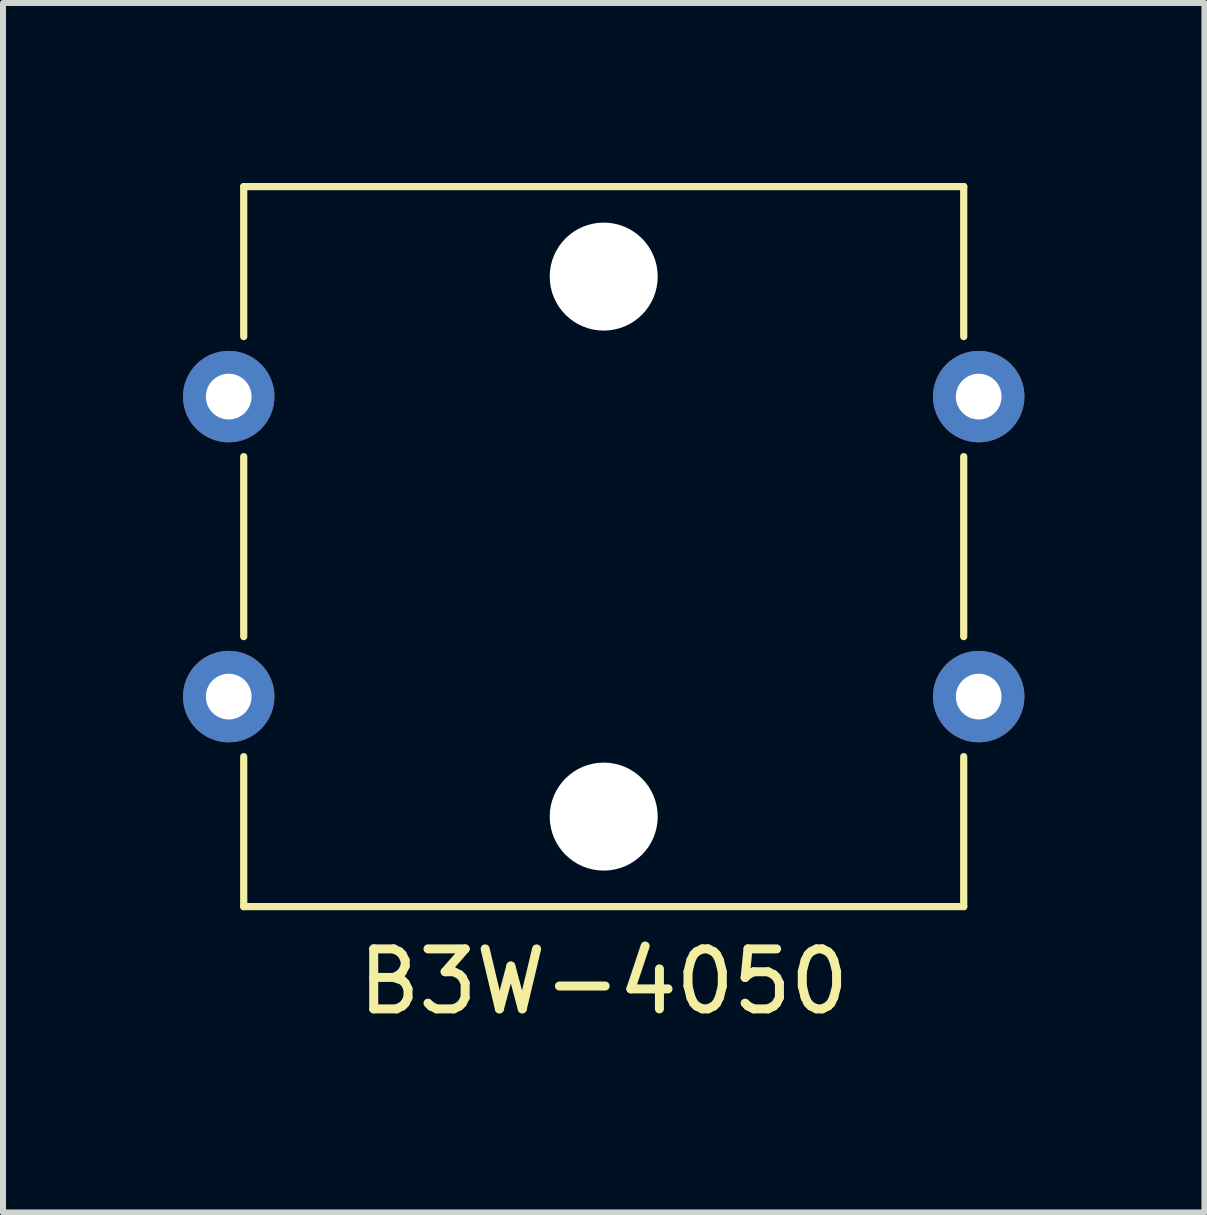
<source format=kicad_pcb>
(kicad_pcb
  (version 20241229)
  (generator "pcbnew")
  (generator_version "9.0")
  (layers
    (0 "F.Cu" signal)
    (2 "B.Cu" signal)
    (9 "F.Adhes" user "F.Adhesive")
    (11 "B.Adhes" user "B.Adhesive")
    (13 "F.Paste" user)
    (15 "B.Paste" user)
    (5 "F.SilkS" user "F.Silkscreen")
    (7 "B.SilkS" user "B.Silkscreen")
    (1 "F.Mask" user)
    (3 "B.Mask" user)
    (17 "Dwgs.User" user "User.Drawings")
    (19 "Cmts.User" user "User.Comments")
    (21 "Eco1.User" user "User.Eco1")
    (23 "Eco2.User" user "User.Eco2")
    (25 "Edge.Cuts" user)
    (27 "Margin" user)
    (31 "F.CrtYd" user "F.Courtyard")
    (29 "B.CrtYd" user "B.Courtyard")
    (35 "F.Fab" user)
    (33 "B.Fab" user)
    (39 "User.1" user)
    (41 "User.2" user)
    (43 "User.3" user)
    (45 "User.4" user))
  (footprint "B3W-4050"
    (layer "F.Cu")
    (at 7.012 6.06)
    (property "Reference" "B3W-4050" (at 0 7.25 0) (layer "F.SilkS") (effects (font (size 1 1) (thickness 0.15))))
    (attr through_hole)
    (fp_line (start -6 -3.5) (end -6 -6) (stroke (width 0.12) (type solid)) (layer "F.SilkS"))
    (fp_line (start -6 1.5) (end -6 -1.5) (stroke (width 0.12) (type solid)) (layer "F.SilkS"))
    (fp_line (start -6 6) (end -6 3.5) (stroke (width 0.12) (type solid)) (layer "F.SilkS"))
    (fp_line (start -6 6) (end 6 6) (stroke (width 0.12) (type solid)) (layer "F.SilkS"))
    (fp_line (start 6 -6) (end -6 -6) (stroke (width 0.12) (type solid)) (layer "F.SilkS"))
    (fp_line (start 6 -6) (end 6 -3.5) (stroke (width 0.12) (type solid)) (layer "F.SilkS"))
    (fp_line (start 6 -1.5) (end 6 1.5) (stroke (width 0.12) (type solid)) (layer "F.SilkS"))
    (fp_line (start 6 3.5) (end 6 6) (stroke (width 0.12) (type solid)) (layer "F.SilkS"))
    (pad "" np_thru_hole circle (at 0 -4.5) (size 1.8 1.8) (drill 1.8) (layers "*.Cu" "*.Mask"))
    (pad "" np_thru_hole circle (at 0 4.5) (size 1.8 1.8) (drill 1.8) (layers "*.Cu" "*.Mask"))
    (pad "1" thru_hole circle (at 6.25 2.5) (size 1.524 1.524) (drill 0.762) (layers "*.Cu" "*.Mask"))
    (pad "2" thru_hole circle (at -6.25 2.5) (size 1.524 1.524) (drill 0.762) (layers "*.Cu" "*.Mask"))
    (pad "3" thru_hole circle (at 6.25 -2.5) (size 1.524 1.524) (drill 0.762) (layers "*.Cu" "*.Mask"))
    (pad "4" thru_hole circle (at -6.25 -2.5) (size 1.524 1.524) (drill 0.762) (layers "*.Cu" "*.Mask")))
  (gr_rect
    (start -3 -3)
    (end 17.024 17.158)
    (stroke (width 0.1) (type default))
    (fill no)
    (layer "Edge.Cuts")))
</source>
